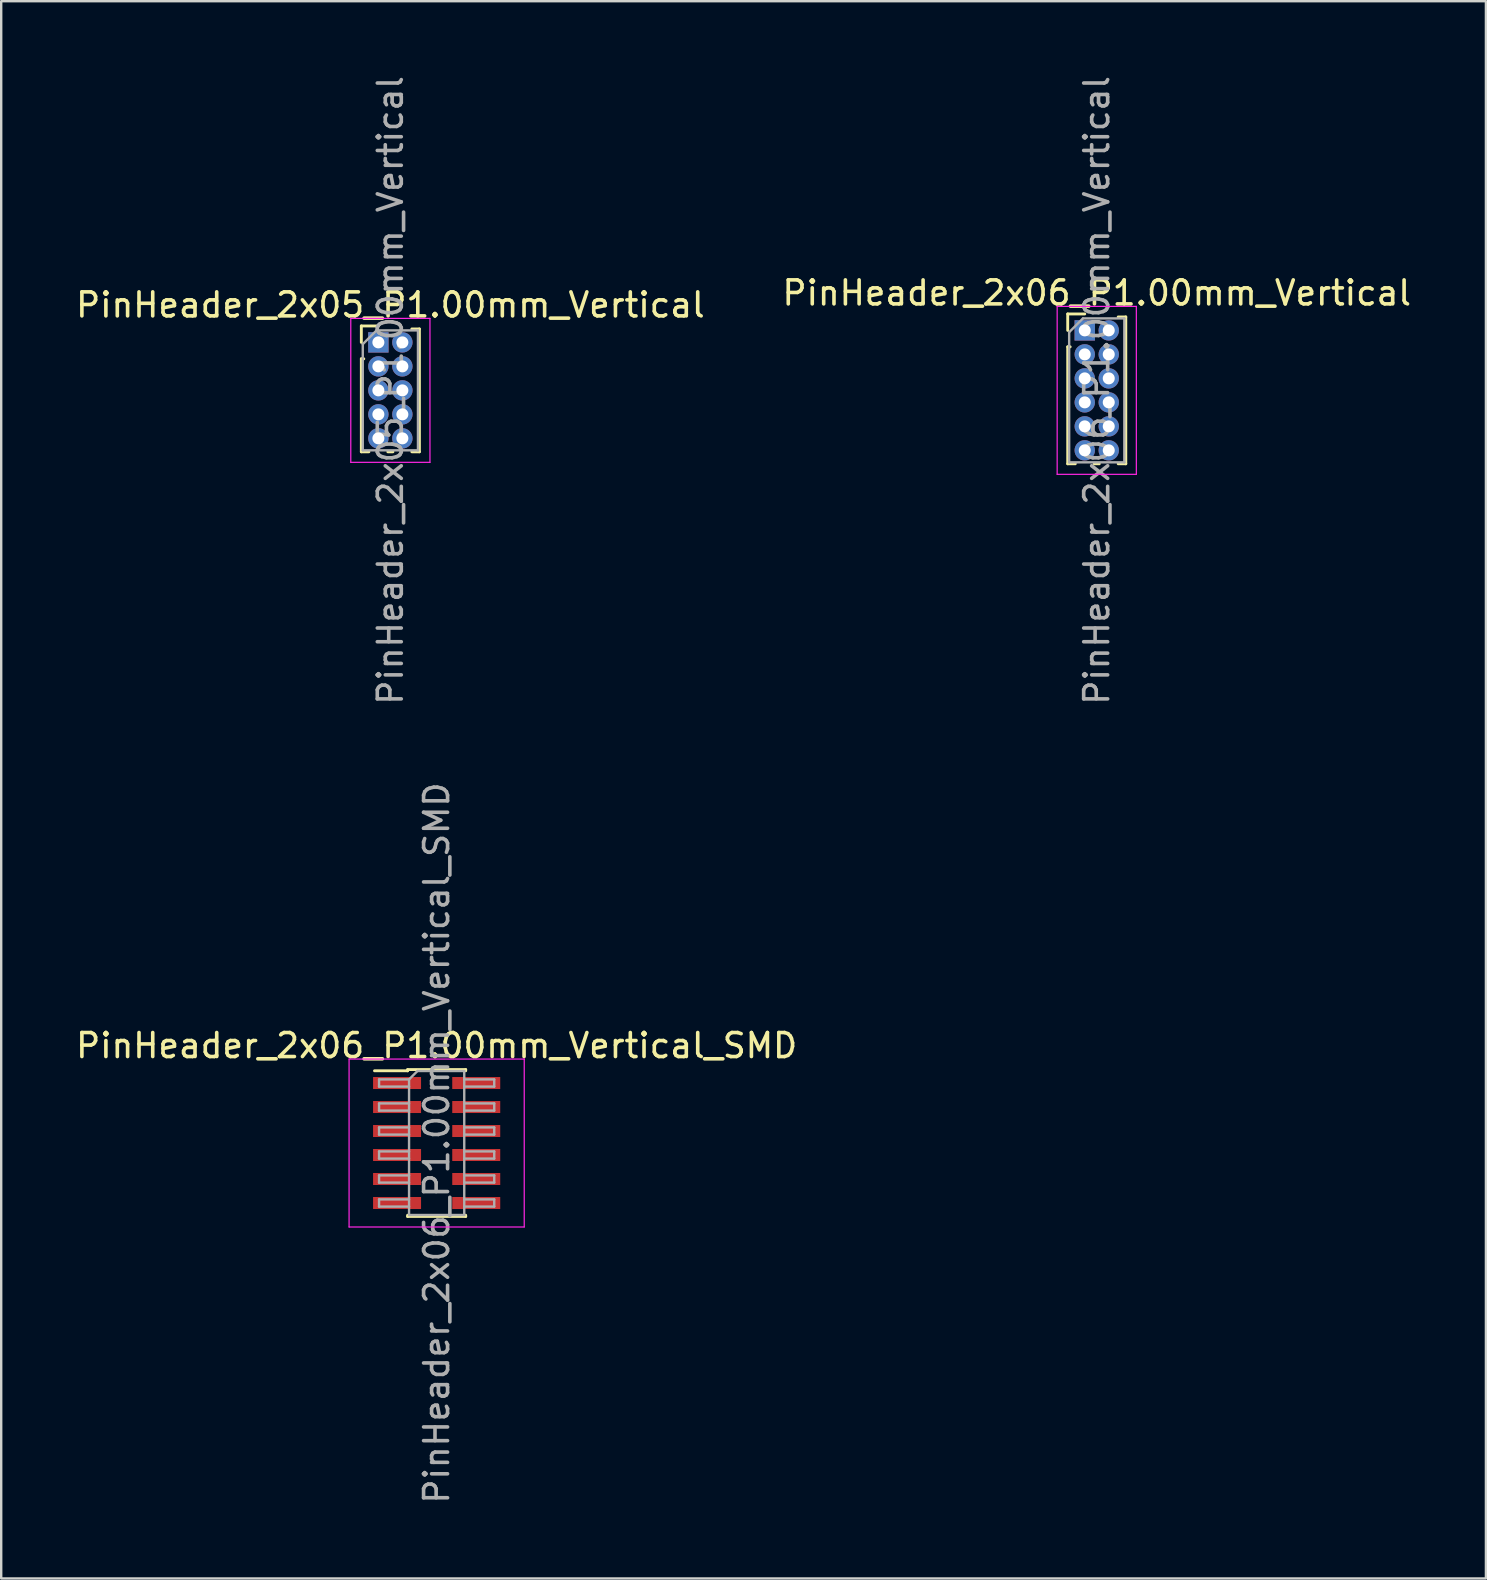
<source format=kicad_pcb>
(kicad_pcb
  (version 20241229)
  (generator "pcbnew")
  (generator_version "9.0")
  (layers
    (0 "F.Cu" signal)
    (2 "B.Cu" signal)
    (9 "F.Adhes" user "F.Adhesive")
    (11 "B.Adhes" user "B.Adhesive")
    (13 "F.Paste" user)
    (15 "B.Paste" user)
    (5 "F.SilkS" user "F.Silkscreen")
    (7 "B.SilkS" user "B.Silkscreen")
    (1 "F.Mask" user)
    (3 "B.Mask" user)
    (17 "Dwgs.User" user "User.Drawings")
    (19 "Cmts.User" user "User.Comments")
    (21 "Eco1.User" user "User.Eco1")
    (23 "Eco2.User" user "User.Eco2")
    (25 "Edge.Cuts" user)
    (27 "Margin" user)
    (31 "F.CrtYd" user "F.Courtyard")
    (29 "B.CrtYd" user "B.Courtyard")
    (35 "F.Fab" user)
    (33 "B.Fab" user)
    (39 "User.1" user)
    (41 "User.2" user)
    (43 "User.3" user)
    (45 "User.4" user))
  (footprint "PinHeader_2x06_P1.00mm_Vertical"
    (layer "F.Cu")
    (at 42.161 10.72)
    (property "Reference" "PinHeader_2x06_P1.00mm_Vertical" (at 0.5 -1.56 0) (layer "F.SilkS") (effects (font (size 1 1) (thickness 0.15))))
    (attr through_hole)
    (fp_line (start -0.71 -0.685) (end 0 -0.685) (stroke (width 0.12) (type solid)) (layer "F.SilkS"))
    (fp_line (start -0.71 0) (end -0.71 -0.685) (stroke (width 0.12) (type solid)) (layer "F.SilkS"))
    (fp_line (start -0.71 0.685) (end -0.71 5.56) (stroke (width 0.12) (type solid)) (layer "F.SilkS"))
    (fp_line (start -0.71 0.685) (end -0.608 0.685) (stroke (width 0.12) (type solid)) (layer "F.SilkS"))
    (fp_line (start -0.71 5.56) (end -0.394 5.56) (stroke (width 0.12) (type solid)) (layer "F.SilkS"))
    (fp_line (start 0.394 5.56) (end 0.606 5.56) (stroke (width 0.12) (type solid)) (layer "F.SilkS"))
    (fp_line (start 1.394 -0.56) (end 1.71 -0.56) (stroke (width 0.12) (type solid)) (layer "F.SilkS"))
    (fp_line (start 1.394 5.56) (end 1.71 5.56) (stroke (width 0.12) (type solid)) (layer "F.SilkS"))
    (fp_line (start 1.71 -0.56) (end 1.71 5.56) (stroke (width 0.12) (type solid)) (layer "F.SilkS"))
    (fp_line (start -1.15 -1) (end -1.15 6) (stroke (width 0.05) (type solid)) (layer "F.CrtYd"))
    (fp_line (start -1.15 6) (end 2.15 6) (stroke (width 0.05) (type solid)) (layer "F.CrtYd"))
    (fp_line (start 2.15 -1) (end -1.15 -1) (stroke (width 0.05) (type solid)) (layer "F.CrtYd"))
    (fp_line (start 2.15 6) (end 2.15 -1) (stroke (width 0.05) (type solid)) (layer "F.CrtYd"))
    (fp_line (start -0.65 0.075) (end -0.075 -0.5) (stroke (width 0.1) (type solid)) (layer "F.Fab"))
    (fp_line (start -0.65 5.5) (end -0.65 0.075) (stroke (width 0.1) (type solid)) (layer "F.Fab"))
    (fp_line (start -0.075 -0.5) (end 1.65 -0.5) (stroke (width 0.1) (type solid)) (layer "F.Fab"))
    (fp_line (start 1.65 -0.5) (end 1.65 5.5) (stroke (width 0.1) (type solid)) (layer "F.Fab"))
    (fp_line (start 1.65 5.5) (end -0.65 5.5) (stroke (width 0.1) (type solid)) (layer "F.Fab"))
    (fp_text user "${REFERENCE}" (at 0.5 2.5 90) (layer "F.Fab") (effects (font (size 1 1) (thickness 0.15))))
    (pad "1" thru_hole rect (at 0 0) (size 0.85 0.85) (drill 0.5) (layers "*.Cu" "*.Mask"))
    (pad "2" thru_hole oval (at 1 0) (size 0.85 0.85) (drill 0.5) (layers "*.Cu" "*.Mask"))
    (pad "3" thru_hole oval (at 0 1) (size 0.85 0.85) (drill 0.5) (layers "*.Cu" "*.Mask"))
    (pad "4" thru_hole oval (at 1 1) (size 0.85 0.85) (drill 0.5) (layers "*.Cu" "*.Mask"))
    (pad "5" thru_hole oval (at 0 2) (size 0.85 0.85) (drill 0.5) (layers "*.Cu" "*.Mask"))
    (pad "6" thru_hole oval (at 1 2) (size 0.85 0.85) (drill 0.5) (layers "*.Cu" "*.Mask"))
    (pad "7" thru_hole oval (at 0 3) (size 0.85 0.85) (drill 0.5) (layers "*.Cu" "*.Mask"))
    (pad "8" thru_hole oval (at 1 3) (size 0.85 0.85) (drill 0.5) (layers "*.Cu" "*.Mask"))
    (pad "9" thru_hole oval (at 0 4) (size 0.85 0.85) (drill 0.5) (layers "*.Cu" "*.Mask"))
    (pad "10" thru_hole oval (at 1 4) (size 0.85 0.85) (drill 0.5) (layers "*.Cu" "*.Mask"))
    (pad "11" thru_hole oval (at 0 5) (size 0.85 0.85) (drill 0.5) (layers "*.Cu" "*.Mask"))
    (pad "12" thru_hole oval (at 1 5) (size 0.85 0.85) (drill 0.5) (layers "*.Cu" "*.Mask")))
  (footprint "PinHeader_2x06_P1.00mm_Vertical_SMD"
    (layer "F.Cu")
    (at 15.149 44.589)
    (property "Reference" "PinHeader_2x06_P1.00mm_Vertical_SMD" (at 0 -4.06 0) (layer "F.SilkS") (effects (font (size 1 1) (thickness 0.15))))
    (attr smd)
    (fp_line (start -2.59 -3.01) (end -1.21 -3.01) (stroke (width 0.12) (type solid)) (layer "F.SilkS"))
    (fp_line (start -1.21 -3.06) (end -1.21 -3.01) (stroke (width 0.12) (type solid)) (layer "F.SilkS"))
    (fp_line (start -1.21 -3.06) (end 1.21 -3.06) (stroke (width 0.12) (type solid)) (layer "F.SilkS"))
    (fp_line (start -1.21 3.01) (end -1.21 3.06) (stroke (width 0.12) (type solid)) (layer "F.SilkS"))
    (fp_line (start -1.21 3.06) (end 1.21 3.06) (stroke (width 0.12) (type solid)) (layer "F.SilkS"))
    (fp_line (start 1.21 -3.06) (end 1.21 -3.01) (stroke (width 0.12) (type solid)) (layer "F.SilkS"))
    (fp_line (start 1.21 3.01) (end 1.21 3.06) (stroke (width 0.12) (type solid)) (layer "F.SilkS"))
    (fp_line (start -3.65 -3.5) (end -3.65 3.5) (stroke (width 0.05) (type solid)) (layer "F.CrtYd"))
    (fp_line (start -3.65 3.5) (end 3.65 3.5) (stroke (width 0.05) (type solid)) (layer "F.CrtYd"))
    (fp_line (start 3.65 -3.5) (end -3.65 -3.5) (stroke (width 0.05) (type solid)) (layer "F.CrtYd"))
    (fp_line (start 3.65 3.5) (end 3.65 -3.5) (stroke (width 0.05) (type solid)) (layer "F.CrtYd"))
    (fp_line (start -2.4 -2.65) (end -2.4 -2.35) (stroke (width 0.1) (type solid)) (layer "F.Fab"))
    (fp_line (start -2.4 -2.35) (end -1.15 -2.35) (stroke (width 0.1) (type solid)) (layer "F.Fab"))
    (fp_line (start -2.4 -1.65) (end -2.4 -1.35) (stroke (width 0.1) (type solid)) (layer "F.Fab"))
    (fp_line (start -2.4 -1.35) (end -1.15 -1.35) (stroke (width 0.1) (type solid)) (layer "F.Fab"))
    (fp_line (start -2.4 -0.65) (end -2.4 -0.35) (stroke (width 0.1) (type solid)) (layer "F.Fab"))
    (fp_line (start -2.4 -0.35) (end -1.15 -0.35) (stroke (width 0.1) (type solid)) (layer "F.Fab"))
    (fp_line (start -2.4 0.35) (end -2.4 0.65) (stroke (width 0.1) (type solid)) (layer "F.Fab"))
    (fp_line (start -2.4 0.65) (end -1.15 0.65) (stroke (width 0.1) (type solid)) (layer "F.Fab"))
    (fp_line (start -2.4 1.35) (end -2.4 1.65) (stroke (width 0.1) (type solid)) (layer "F.Fab"))
    (fp_line (start -2.4 1.65) (end -1.15 1.65) (stroke (width 0.1) (type solid)) (layer "F.Fab"))
    (fp_line (start -2.4 2.35) (end -2.4 2.65) (stroke (width 0.1) (type solid)) (layer "F.Fab"))
    (fp_line (start -2.4 2.65) (end -1.15 2.65) (stroke (width 0.1) (type solid)) (layer "F.Fab"))
    (fp_line (start -1.15 -2.65) (end -2.4 -2.65) (stroke (width 0.1) (type solid)) (layer "F.Fab"))
    (fp_line (start -1.15 -2.65) (end -0.8 -3) (stroke (width 0.1) (type solid)) (layer "F.Fab"))
    (fp_line (start -1.15 -1.65) (end -2.4 -1.65) (stroke (width 0.1) (type solid)) (layer "F.Fab"))
    (fp_line (start -1.15 -0.65) (end -2.4 -0.65) (stroke (width 0.1) (type solid)) (layer "F.Fab"))
    (fp_line (start -1.15 0.35) (end -2.4 0.35) (stroke (width 0.1) (type solid)) (layer "F.Fab"))
    (fp_line (start -1.15 1.35) (end -2.4 1.35) (stroke (width 0.1) (type solid)) (layer "F.Fab"))
    (fp_line (start -1.15 2.35) (end -2.4 2.35) (stroke (width 0.1) (type solid)) (layer "F.Fab"))
    (fp_line (start -1.15 3) (end -1.15 -2.65) (stroke (width 0.1) (type solid)) (layer "F.Fab"))
    (fp_line (start -0.8 -3) (end 1.15 -3) (stroke (width 0.1) (type solid)) (layer "F.Fab"))
    (fp_line (start 1.15 -3) (end 1.15 3) (stroke (width 0.1) (type solid)) (layer "F.Fab"))
    (fp_line (start 1.15 -2.65) (end 2.4 -2.65) (stroke (width 0.1) (type solid)) (layer "F.Fab"))
    (fp_line (start 1.15 -1.65) (end 2.4 -1.65) (stroke (width 0.1) (type solid)) (layer "F.Fab"))
    (fp_line (start 1.15 -0.65) (end 2.4 -0.65) (stroke (width 0.1) (type solid)) (layer "F.Fab"))
    (fp_line (start 1.15 0.35) (end 2.4 0.35) (stroke (width 0.1) (type solid)) (layer "F.Fab"))
    (fp_line (start 1.15 1.35) (end 2.4 1.35) (stroke (width 0.1) (type solid)) (layer "F.Fab"))
    (fp_line (start 1.15 2.35) (end 2.4 2.35) (stroke (width 0.1) (type solid)) (layer "F.Fab"))
    (fp_line (start 1.15 3) (end -1.15 3) (stroke (width 0.1) (type solid)) (layer "F.Fab"))
    (fp_line (start 2.4 -2.65) (end 2.4 -2.35) (stroke (width 0.1) (type solid)) (layer "F.Fab"))
    (fp_line (start 2.4 -2.35) (end 1.15 -2.35) (stroke (width 0.1) (type solid)) (layer "F.Fab"))
    (fp_line (start 2.4 -1.65) (end 2.4 -1.35) (stroke (width 0.1) (type solid)) (layer "F.Fab"))
    (fp_line (start 2.4 -1.35) (end 1.15 -1.35) (stroke (width 0.1) (type solid)) (layer "F.Fab"))
    (fp_line (start 2.4 -0.65) (end 2.4 -0.35) (stroke (width 0.1) (type solid)) (layer "F.Fab"))
    (fp_line (start 2.4 -0.35) (end 1.15 -0.35) (stroke (width 0.1) (type solid)) (layer "F.Fab"))
    (fp_line (start 2.4 0.35) (end 2.4 0.65) (stroke (width 0.1) (type solid)) (layer "F.Fab"))
    (fp_line (start 2.4 0.65) (end 1.15 0.65) (stroke (width 0.1) (type solid)) (layer "F.Fab"))
    (fp_line (start 2.4 1.35) (end 2.4 1.65) (stroke (width 0.1) (type solid)) (layer "F.Fab"))
    (fp_line (start 2.4 1.65) (end 1.15 1.65) (stroke (width 0.1) (type solid)) (layer "F.Fab"))
    (fp_line (start 2.4 2.35) (end 2.4 2.65) (stroke (width 0.1) (type solid)) (layer "F.Fab"))
    (fp_line (start 2.4 2.65) (end 1.15 2.65) (stroke (width 0.1) (type solid)) (layer "F.Fab"))
    (fp_text user "${REFERENCE}" (at 0 0 90) (layer "F.Fab") (effects (font (size 1 1) (thickness 0.15))))
    (pad "1" smd rect (at -1.65 -2.5) (size 2 0.5) (layers "F.Cu" "F.Mask" "F.Paste"))
    (pad "2" smd rect (at 1.65 -2.5) (size 2 0.5) (layers "F.Cu" "F.Mask" "F.Paste"))
    (pad "3" smd rect (at -1.65 -1.5) (size 2 0.5) (layers "F.Cu" "F.Mask" "F.Paste"))
    (pad "4" smd rect (at 1.65 -1.5) (size 2 0.5) (layers "F.Cu" "F.Mask" "F.Paste"))
    (pad "5" smd rect (at -1.65 -0.5) (size 2 0.5) (layers "F.Cu" "F.Mask" "F.Paste"))
    (pad "6" smd rect (at 1.65 -0.5) (size 2 0.5) (layers "F.Cu" "F.Mask" "F.Paste"))
    (pad "7" smd rect (at -1.65 0.5) (size 2 0.5) (layers "F.Cu" "F.Mask" "F.Paste"))
    (pad "8" smd rect (at 1.65 0.5) (size 2 0.5) (layers "F.Cu" "F.Mask" "F.Paste"))
    (pad "9" smd rect (at -1.65 1.5) (size 2 0.5) (layers "F.Cu" "F.Mask" "F.Paste"))
    (pad "10" smd rect (at 1.65 1.5) (size 2 0.5) (layers "F.Cu" "F.Mask" "F.Paste"))
    (pad "11" smd rect (at -1.65 2.5) (size 2 0.5) (layers "F.Cu" "F.Mask" "F.Paste"))
    (pad "12" smd rect (at 1.65 2.5) (size 2 0.5) (layers "F.Cu" "F.Mask" "F.Paste")))
  (footprint "PinHeader_2x05_P1.00mm_Vertical"
    (layer "F.Cu")
    (at 12.72 11.22)
    (property "Reference" "PinHeader_2x05_P1.00mm_Vertical" (at 0.5 -1.56 0) (layer "F.SilkS") (effects (font (size 1 1) (thickness 0.15))))
    (attr through_hole)
    (fp_line (start -0.71 -0.685) (end 0 -0.685) (stroke (width 0.12) (type solid)) (layer "F.SilkS"))
    (fp_line (start -0.71 0) (end -0.71 -0.685) (stroke (width 0.12) (type solid)) (layer "F.SilkS"))
    (fp_line (start -0.71 0.685) (end -0.71 4.56) (stroke (width 0.12) (type solid)) (layer "F.SilkS"))
    (fp_line (start -0.71 0.685) (end -0.608 0.685) (stroke (width 0.12) (type solid)) (layer "F.SilkS"))
    (fp_line (start -0.71 4.56) (end -0.394 4.56) (stroke (width 0.12) (type solid)) (layer "F.SilkS"))
    (fp_line (start 0.394 4.56) (end 0.606 4.56) (stroke (width 0.12) (type solid)) (layer "F.SilkS"))
    (fp_line (start 1.394 -0.56) (end 1.71 -0.56) (stroke (width 0.12) (type solid)) (layer "F.SilkS"))
    (fp_line (start 1.394 4.56) (end 1.71 4.56) (stroke (width 0.12) (type solid)) (layer "F.SilkS"))
    (fp_line (start 1.71 -0.56) (end 1.71 4.56) (stroke (width 0.12) (type solid)) (layer "F.SilkS"))
    (fp_line (start -1.15 -1) (end -1.15 5) (stroke (width 0.05) (type solid)) (layer "F.CrtYd"))
    (fp_line (start -1.15 5) (end 2.15 5) (stroke (width 0.05) (type solid)) (layer "F.CrtYd"))
    (fp_line (start 2.15 -1) (end -1.15 -1) (stroke (width 0.05) (type solid)) (layer "F.CrtYd"))
    (fp_line (start 2.15 5) (end 2.15 -1) (stroke (width 0.05) (type solid)) (layer "F.CrtYd"))
    (fp_line (start -0.65 0.075) (end -0.075 -0.5) (stroke (width 0.1) (type solid)) (layer "F.Fab"))
    (fp_line (start -0.65 4.5) (end -0.65 0.075) (stroke (width 0.1) (type solid)) (layer "F.Fab"))
    (fp_line (start -0.075 -0.5) (end 1.65 -0.5) (stroke (width 0.1) (type solid)) (layer "F.Fab"))
    (fp_line (start 1.65 -0.5) (end 1.65 4.5) (stroke (width 0.1) (type solid)) (layer "F.Fab"))
    (fp_line (start 1.65 4.5) (end -0.65 4.5) (stroke (width 0.1) (type solid)) (layer "F.Fab"))
    (fp_text user "${REFERENCE}" (at 0.5 2 90) (layer "F.Fab") (effects (font (size 1 1) (thickness 0.15))))
    (pad "1" thru_hole rect (at 0 0) (size 0.85 0.85) (drill 0.5) (layers "*.Cu" "*.Mask"))
    (pad "2" thru_hole oval (at 1 0) (size 0.85 0.85) (drill 0.5) (layers "*.Cu" "*.Mask"))
    (pad "3" thru_hole oval (at 0 1) (size 0.85 0.85) (drill 0.5) (layers "*.Cu" "*.Mask"))
    (pad "4" thru_hole oval (at 1 1) (size 0.85 0.85) (drill 0.5) (layers "*.Cu" "*.Mask"))
    (pad "5" thru_hole oval (at 0 2) (size 0.85 0.85) (drill 0.5) (layers "*.Cu" "*.Mask"))
    (pad "6" thru_hole oval (at 1 2) (size 0.85 0.85) (drill 0.5) (layers "*.Cu" "*.Mask"))
    (pad "7" thru_hole oval (at 0 3) (size 0.85 0.85) (drill 0.5) (layers "*.Cu" "*.Mask"))
    (pad "8" thru_hole oval (at 1 3) (size 0.85 0.85) (drill 0.5) (layers "*.Cu" "*.Mask"))
    (pad "9" thru_hole oval (at 0 4) (size 0.85 0.85) (drill 0.5) (layers "*.Cu" "*.Mask"))
    (pad "10" thru_hole oval (at 1 4) (size 0.85 0.85) (drill 0.5) (layers "*.Cu" "*.Mask")))
  (gr_rect
    (start -3 -3)
    (end 58.881 62.738)
    (stroke (width 0.1) (type default))
    (fill no)
    (layer "Edge.Cuts")))
</source>
